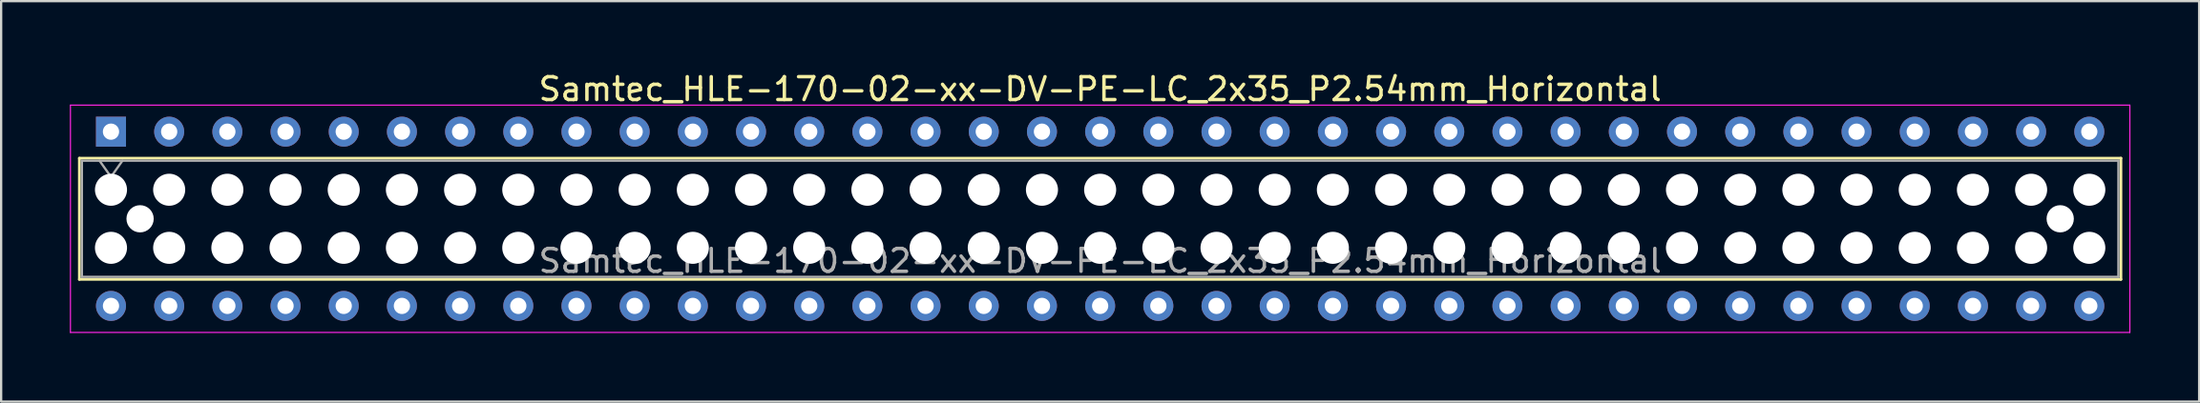
<source format=kicad_pcb>
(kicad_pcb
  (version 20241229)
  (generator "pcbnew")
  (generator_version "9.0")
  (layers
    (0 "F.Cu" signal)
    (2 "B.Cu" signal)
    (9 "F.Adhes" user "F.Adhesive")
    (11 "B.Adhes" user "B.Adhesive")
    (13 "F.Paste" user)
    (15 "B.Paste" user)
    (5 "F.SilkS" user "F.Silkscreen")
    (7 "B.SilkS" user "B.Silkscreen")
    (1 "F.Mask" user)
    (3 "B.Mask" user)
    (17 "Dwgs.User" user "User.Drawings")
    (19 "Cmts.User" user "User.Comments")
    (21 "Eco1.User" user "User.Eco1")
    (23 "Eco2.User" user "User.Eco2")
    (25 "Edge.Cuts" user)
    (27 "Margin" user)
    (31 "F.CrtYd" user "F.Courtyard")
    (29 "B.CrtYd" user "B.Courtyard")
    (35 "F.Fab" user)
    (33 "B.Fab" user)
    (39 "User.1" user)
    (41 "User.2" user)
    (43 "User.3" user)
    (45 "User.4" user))
  (footprint "Samtec_HLE-170-02-xx-DV-PE-LC_2x35_P2.54mm_Horizontal"
    (layer "F.Cu")
    (at 1.795 2.708)
    (property "Reference" "Samtec_HLE-170-02-xx-DV-PE-LC_2x35_P2.54mm_Horizontal" (at 43.18 -1.86 0) (layer "F.SilkS") (effects (font (size 1 1) (thickness 0.15))))
    (attr through_hole)
    (fp_line (start -1.38 1.16) (end 87.74 1.16) (stroke (width 0.12) (type solid)) (layer "F.SilkS"))
    (fp_line (start -1.38 6.46) (end -1.38 1.16) (stroke (width 0.12) (type solid)) (layer "F.SilkS"))
    (fp_line (start 87.74 1.16) (end 87.74 6.46) (stroke (width 0.12) (type solid)) (layer "F.SilkS"))
    (fp_line (start 87.74 6.46) (end -1.38 6.46) (stroke (width 0.12) (type solid)) (layer "F.SilkS"))
    (fp_line (start -1.77 -1.16) (end 88.13 -1.16) (stroke (width 0.05) (type solid)) (layer "F.CrtYd"))
    (fp_line (start -1.77 8.78) (end -1.77 -1.16) (stroke (width 0.05) (type solid)) (layer "F.CrtYd"))
    (fp_line (start 88.13 -1.16) (end 88.13 8.78) (stroke (width 0.05) (type solid)) (layer "F.CrtYd"))
    (fp_line (start 88.13 8.78) (end -1.77 8.78) (stroke (width 0.05) (type solid)) (layer "F.CrtYd"))
    (fp_line (start -1.27 1.27) (end 87.63 1.27) (stroke (width 0.1) (type solid)) (layer "F.Fab"))
    (fp_line (start -1.27 6.35) (end -1.27 1.27) (stroke (width 0.1) (type solid)) (layer "F.Fab"))
    (fp_line (start -0.5 1.27) (end 0 1.977) (stroke (width 0.1) (type solid)) (layer "F.Fab"))
    (fp_line (start 0 1.977) (end 0.5 1.27) (stroke (width 0.1) (type solid)) (layer "F.Fab"))
    (fp_line (start 87.63 1.27) (end 87.63 6.35) (stroke (width 0.1) (type solid)) (layer "F.Fab"))
    (fp_line (start 87.63 6.35) (end -1.27 6.35) (stroke (width 0.1) (type solid)) (layer "F.Fab"))
    (fp_text user "${REFERENCE}" (at 43.18 5.65 0) (layer "F.Fab") (effects (font (size 1 1) (thickness 0.15))))
    (pad "" np_thru_hole circle (at 0 2.54) (size 1.4 1.4) (drill 1.4) (layers "*.Cu" "*.Mask"))
    (pad "" np_thru_hole circle (at 0 5.08) (size 1.4 1.4) (drill 1.4) (layers "*.Cu" "*.Mask"))
    (pad "" np_thru_hole circle (at 1.27 3.81) (size 1.19 1.19) (drill 1.19) (layers "*.Cu" "*.Mask"))
    (pad "" np_thru_hole circle (at 2.54 2.54) (size 1.4 1.4) (drill 1.4) (layers "*.Cu" "*.Mask"))
    (pad "" np_thru_hole circle (at 2.54 5.08) (size 1.4 1.4) (drill 1.4) (layers "*.Cu" "*.Mask"))
    (pad "" np_thru_hole circle (at 5.08 2.54) (size 1.4 1.4) (drill 1.4) (layers "*.Cu" "*.Mask"))
    (pad "" np_thru_hole circle (at 5.08 5.08) (size 1.4 1.4) (drill 1.4) (layers "*.Cu" "*.Mask"))
    (pad "" np_thru_hole circle (at 7.62 2.54) (size 1.4 1.4) (drill 1.4) (layers "*.Cu" "*.Mask"))
    (pad "" np_thru_hole circle (at 7.62 5.08) (size 1.4 1.4) (drill 1.4) (layers "*.Cu" "*.Mask"))
    (pad "" np_thru_hole circle (at 10.16 2.54) (size 1.4 1.4) (drill 1.4) (layers "*.Cu" "*.Mask"))
    (pad "" np_thru_hole circle (at 10.16 5.08) (size 1.4 1.4) (drill 1.4) (layers "*.Cu" "*.Mask"))
    (pad "" np_thru_hole circle (at 12.7 2.54) (size 1.4 1.4) (drill 1.4) (layers "*.Cu" "*.Mask"))
    (pad "" np_thru_hole circle (at 12.7 5.08) (size 1.4 1.4) (drill 1.4) (layers "*.Cu" "*.Mask"))
    (pad "" np_thru_hole circle (at 15.24 2.54) (size 1.4 1.4) (drill 1.4) (layers "*.Cu" "*.Mask"))
    (pad "" np_thru_hole circle (at 15.24 5.08) (size 1.4 1.4) (drill 1.4) (layers "*.Cu" "*.Mask"))
    (pad "" np_thru_hole circle (at 17.78 2.54) (size 1.4 1.4) (drill 1.4) (layers "*.Cu" "*.Mask"))
    (pad "" np_thru_hole circle (at 17.78 5.08) (size 1.4 1.4) (drill 1.4) (layers "*.Cu" "*.Mask"))
    (pad "" np_thru_hole circle (at 20.32 2.54) (size 1.4 1.4) (drill 1.4) (layers "*.Cu" "*.Mask"))
    (pad "" np_thru_hole circle (at 20.32 5.08) (size 1.4 1.4) (drill 1.4) (layers "*.Cu" "*.Mask"))
    (pad "" np_thru_hole circle (at 22.86 2.54) (size 1.4 1.4) (drill 1.4) (layers "*.Cu" "*.Mask"))
    (pad "" np_thru_hole circle (at 22.86 5.08) (size 1.4 1.4) (drill 1.4) (layers "*.Cu" "*.Mask"))
    (pad "" np_thru_hole circle (at 25.4 2.54) (size 1.4 1.4) (drill 1.4) (layers "*.Cu" "*.Mask"))
    (pad "" np_thru_hole circle (at 25.4 5.08) (size 1.4 1.4) (drill 1.4) (layers "*.Cu" "*.Mask"))
    (pad "" np_thru_hole circle (at 27.94 2.54) (size 1.4 1.4) (drill 1.4) (layers "*.Cu" "*.Mask"))
    (pad "" np_thru_hole circle (at 27.94 5.08) (size 1.4 1.4) (drill 1.4) (layers "*.Cu" "*.Mask"))
    (pad "" np_thru_hole circle (at 30.48 2.54) (size 1.4 1.4) (drill 1.4) (layers "*.Cu" "*.Mask"))
    (pad "" np_thru_hole circle (at 30.48 5.08) (size 1.4 1.4) (drill 1.4) (layers "*.Cu" "*.Mask"))
    (pad "" np_thru_hole circle (at 33.02 2.54) (size 1.4 1.4) (drill 1.4) (layers "*.Cu" "*.Mask"))
    (pad "" np_thru_hole circle (at 33.02 5.08) (size 1.4 1.4) (drill 1.4) (layers "*.Cu" "*.Mask"))
    (pad "" np_thru_hole circle (at 35.56 2.54) (size 1.4 1.4) (drill 1.4) (layers "*.Cu" "*.Mask"))
    (pad "" np_thru_hole circle (at 35.56 5.08) (size 1.4 1.4) (drill 1.4) (layers "*.Cu" "*.Mask"))
    (pad "" np_thru_hole circle (at 38.1 2.54) (size 1.4 1.4) (drill 1.4) (layers "*.Cu" "*.Mask"))
    (pad "" np_thru_hole circle (at 38.1 5.08) (size 1.4 1.4) (drill 1.4) (layers "*.Cu" "*.Mask"))
    (pad "" np_thru_hole circle (at 40.64 2.54) (size 1.4 1.4) (drill 1.4) (layers "*.Cu" "*.Mask"))
    (pad "" np_thru_hole circle (at 40.64 5.08) (size 1.4 1.4) (drill 1.4) (layers "*.Cu" "*.Mask"))
    (pad "" np_thru_hole circle (at 43.18 2.54) (size 1.4 1.4) (drill 1.4) (layers "*.Cu" "*.Mask"))
    (pad "" np_thru_hole circle (at 43.18 5.08) (size 1.4 1.4) (drill 1.4) (layers "*.Cu" "*.Mask"))
    (pad "" np_thru_hole circle (at 45.72 2.54) (size 1.4 1.4) (drill 1.4) (layers "*.Cu" "*.Mask"))
    (pad "" np_thru_hole circle (at 45.72 5.08) (size 1.4 1.4) (drill 1.4) (layers "*.Cu" "*.Mask"))
    (pad "" np_thru_hole circle (at 48.26 2.54) (size 1.4 1.4) (drill 1.4) (layers "*.Cu" "*.Mask"))
    (pad "" np_thru_hole circle (at 48.26 5.08) (size 1.4 1.4) (drill 1.4) (layers "*.Cu" "*.Mask"))
    (pad "" np_thru_hole circle (at 50.8 2.54) (size 1.4 1.4) (drill 1.4) (layers "*.Cu" "*.Mask"))
    (pad "" np_thru_hole circle (at 50.8 5.08) (size 1.4 1.4) (drill 1.4) (layers "*.Cu" "*.Mask"))
    (pad "" np_thru_hole circle (at 53.34 2.54) (size 1.4 1.4) (drill 1.4) (layers "*.Cu" "*.Mask"))
    (pad "" np_thru_hole circle (at 53.34 5.08) (size 1.4 1.4) (drill 1.4) (layers "*.Cu" "*.Mask"))
    (pad "" np_thru_hole circle (at 55.88 2.54) (size 1.4 1.4) (drill 1.4) (layers "*.Cu" "*.Mask"))
    (pad "" np_thru_hole circle (at 55.88 5.08) (size 1.4 1.4) (drill 1.4) (layers "*.Cu" "*.Mask"))
    (pad "" np_thru_hole circle (at 58.42 2.54) (size 1.4 1.4) (drill 1.4) (layers "*.Cu" "*.Mask"))
    (pad "" np_thru_hole circle (at 58.42 5.08) (size 1.4 1.4) (drill 1.4) (layers "*.Cu" "*.Mask"))
    (pad "" np_thru_hole circle (at 60.96 2.54) (size 1.4 1.4) (drill 1.4) (layers "*.Cu" "*.Mask"))
    (pad "" np_thru_hole circle (at 60.96 5.08) (size 1.4 1.4) (drill 1.4) (layers "*.Cu" "*.Mask"))
    (pad "" np_thru_hole circle (at 63.5 2.54) (size 1.4 1.4) (drill 1.4) (layers "*.Cu" "*.Mask"))
    (pad "" np_thru_hole circle (at 63.5 5.08) (size 1.4 1.4) (drill 1.4) (layers "*.Cu" "*.Mask"))
    (pad "" np_thru_hole circle (at 66.04 2.54) (size 1.4 1.4) (drill 1.4) (layers "*.Cu" "*.Mask"))
    (pad "" np_thru_hole circle (at 66.04 5.08) (size 1.4 1.4) (drill 1.4) (layers "*.Cu" "*.Mask"))
    (pad "" np_thru_hole circle (at 68.58 2.54) (size 1.4 1.4) (drill 1.4) (layers "*.Cu" "*.Mask"))
    (pad "" np_thru_hole circle (at 68.58 5.08) (size 1.4 1.4) (drill 1.4) (layers "*.Cu" "*.Mask"))
    (pad "" np_thru_hole circle (at 71.12 2.54) (size 1.4 1.4) (drill 1.4) (layers "*.Cu" "*.Mask"))
    (pad "" np_thru_hole circle (at 71.12 5.08) (size 1.4 1.4) (drill 1.4) (layers "*.Cu" "*.Mask"))
    (pad "" np_thru_hole circle (at 73.66 2.54) (size 1.4 1.4) (drill 1.4) (layers "*.Cu" "*.Mask"))
    (pad "" np_thru_hole circle (at 73.66 5.08) (size 1.4 1.4) (drill 1.4) (layers "*.Cu" "*.Mask"))
    (pad "" np_thru_hole circle (at 76.2 2.54) (size 1.4 1.4) (drill 1.4) (layers "*.Cu" "*.Mask"))
    (pad "" np_thru_hole circle (at 76.2 5.08) (size 1.4 1.4) (drill 1.4) (layers "*.Cu" "*.Mask"))
    (pad "" np_thru_hole circle (at 78.74 2.54) (size 1.4 1.4) (drill 1.4) (layers "*.Cu" "*.Mask"))
    (pad "" np_thru_hole circle (at 78.74 5.08) (size 1.4 1.4) (drill 1.4) (layers "*.Cu" "*.Mask"))
    (pad "" np_thru_hole circle (at 81.28 2.54) (size 1.4 1.4) (drill 1.4) (layers "*.Cu" "*.Mask"))
    (pad "" np_thru_hole circle (at 81.28 5.08) (size 1.4 1.4) (drill 1.4) (layers "*.Cu" "*.Mask"))
    (pad "" np_thru_hole circle (at 83.82 2.54) (size 1.4 1.4) (drill 1.4) (layers "*.Cu" "*.Mask"))
    (pad "" np_thru_hole circle (at 83.82 5.08) (size 1.4 1.4) (drill 1.4) (layers "*.Cu" "*.Mask"))
    (pad "" np_thru_hole circle (at 85.09 3.81) (size 1.19 1.19) (drill 1.19) (layers "*.Cu" "*.Mask"))
    (pad "" np_thru_hole circle (at 86.36 2.54) (size 1.4 1.4) (drill 1.4) (layers "*.Cu" "*.Mask"))
    (pad "" np_thru_hole circle (at 86.36 5.08) (size 1.4 1.4) (drill 1.4) (layers "*.Cu" "*.Mask"))
    (pad "1" thru_hole rect (at 0 0) (size 1.31 1.31) (drill 0.71) (layers "*.Cu" "*.Mask"))
    (pad "2" thru_hole circle (at 0 7.62) (size 1.31 1.31) (drill 0.71) (layers "*.Cu" "*.Mask"))
    (pad "3" thru_hole circle (at 2.54 0) (size 1.31 1.31) (drill 0.71) (layers "*.Cu" "*.Mask"))
    (pad "4" thru_hole circle (at 2.54 7.62) (size 1.31 1.31) (drill 0.71) (layers "*.Cu" "*.Mask"))
    (pad "5" thru_hole circle (at 5.08 0) (size 1.31 1.31) (drill 0.71) (layers "*.Cu" "*.Mask"))
    (pad "6" thru_hole circle (at 5.08 7.62) (size 1.31 1.31) (drill 0.71) (layers "*.Cu" "*.Mask"))
    (pad "7" thru_hole circle (at 7.62 0) (size 1.31 1.31) (drill 0.71) (layers "*.Cu" "*.Mask"))
    (pad "8" thru_hole circle (at 7.62 7.62) (size 1.31 1.31) (drill 0.71) (layers "*.Cu" "*.Mask"))
    (pad "9" thru_hole circle (at 10.16 0) (size 1.31 1.31) (drill 0.71) (layers "*.Cu" "*.Mask"))
    (pad "10" thru_hole circle (at 10.16 7.62) (size 1.31 1.31) (drill 0.71) (layers "*.Cu" "*.Mask"))
    (pad "11" thru_hole circle (at 12.7 0) (size 1.31 1.31) (drill 0.71) (layers "*.Cu" "*.Mask"))
    (pad "12" thru_hole circle (at 12.7 7.62) (size 1.31 1.31) (drill 0.71) (layers "*.Cu" "*.Mask"))
    (pad "13" thru_hole circle (at 15.24 0) (size 1.31 1.31) (drill 0.71) (layers "*.Cu" "*.Mask"))
    (pad "14" thru_hole circle (at 15.24 7.62) (size 1.31 1.31) (drill 0.71) (layers "*.Cu" "*.Mask"))
    (pad "15" thru_hole circle (at 17.78 0) (size 1.31 1.31) (drill 0.71) (layers "*.Cu" "*.Mask"))
    (pad "16" thru_hole circle (at 17.78 7.62) (size 1.31 1.31) (drill 0.71) (layers "*.Cu" "*.Mask"))
    (pad "17" thru_hole circle (at 20.32 0) (size 1.31 1.31) (drill 0.71) (layers "*.Cu" "*.Mask"))
    (pad "18" thru_hole circle (at 20.32 7.62) (size 1.31 1.31) (drill 0.71) (layers "*.Cu" "*.Mask"))
    (pad "19" thru_hole circle (at 22.86 0) (size 1.31 1.31) (drill 0.71) (layers "*.Cu" "*.Mask"))
    (pad "20" thru_hole circle (at 22.86 7.62) (size 1.31 1.31) (drill 0.71) (layers "*.Cu" "*.Mask"))
    (pad "21" thru_hole circle (at 25.4 0) (size 1.31 1.31) (drill 0.71) (layers "*.Cu" "*.Mask"))
    (pad "22" thru_hole circle (at 25.4 7.62) (size 1.31 1.31) (drill 0.71) (layers "*.Cu" "*.Mask"))
    (pad "23" thru_hole circle (at 27.94 0) (size 1.31 1.31) (drill 0.71) (layers "*.Cu" "*.Mask"))
    (pad "24" thru_hole circle (at 27.94 7.62) (size 1.31 1.31) (drill 0.71) (layers "*.Cu" "*.Mask"))
    (pad "25" thru_hole circle (at 30.48 0) (size 1.31 1.31) (drill 0.71) (layers "*.Cu" "*.Mask"))
    (pad "26" thru_hole circle (at 30.48 7.62) (size 1.31 1.31) (drill 0.71) (layers "*.Cu" "*.Mask"))
    (pad "27" thru_hole circle (at 33.02 0) (size 1.31 1.31) (drill 0.71) (layers "*.Cu" "*.Mask"))
    (pad "28" thru_hole circle (at 33.02 7.62) (size 1.31 1.31) (drill 0.71) (layers "*.Cu" "*.Mask"))
    (pad "29" thru_hole circle (at 35.56 0) (size 1.31 1.31) (drill 0.71) (layers "*.Cu" "*.Mask"))
    (pad "30" thru_hole circle (at 35.56 7.62) (size 1.31 1.31) (drill 0.71) (layers "*.Cu" "*.Mask"))
    (pad "31" thru_hole circle (at 38.1 0) (size 1.31 1.31) (drill 0.71) (layers "*.Cu" "*.Mask"))
    (pad "32" thru_hole circle (at 38.1 7.62) (size 1.31 1.31) (drill 0.71) (layers "*.Cu" "*.Mask"))
    (pad "33" thru_hole circle (at 40.64 0) (size 1.31 1.31) (drill 0.71) (layers "*.Cu" "*.Mask"))
    (pad "34" thru_hole circle (at 40.64 7.62) (size 1.31 1.31) (drill 0.71) (layers "*.Cu" "*.Mask"))
    (pad "35" thru_hole circle (at 43.18 0) (size 1.31 1.31) (drill 0.71) (layers "*.Cu" "*.Mask"))
    (pad "36" thru_hole circle (at 43.18 7.62) (size 1.31 1.31) (drill 0.71) (layers "*.Cu" "*.Mask"))
    (pad "37" thru_hole circle (at 45.72 0) (size 1.31 1.31) (drill 0.71) (layers "*.Cu" "*.Mask"))
    (pad "38" thru_hole circle (at 45.72 7.62) (size 1.31 1.31) (drill 0.71) (layers "*.Cu" "*.Mask"))
    (pad "39" thru_hole circle (at 48.26 0) (size 1.31 1.31) (drill 0.71) (layers "*.Cu" "*.Mask"))
    (pad "40" thru_hole circle (at 48.26 7.62) (size 1.31 1.31) (drill 0.71) (layers "*.Cu" "*.Mask"))
    (pad "41" thru_hole circle (at 50.8 0) (size 1.31 1.31) (drill 0.71) (layers "*.Cu" "*.Mask"))
    (pad "42" thru_hole circle (at 50.8 7.62) (size 1.31 1.31) (drill 0.71) (layers "*.Cu" "*.Mask"))
    (pad "43" thru_hole circle (at 53.34 0) (size 1.31 1.31) (drill 0.71) (layers "*.Cu" "*.Mask"))
    (pad "44" thru_hole circle (at 53.34 7.62) (size 1.31 1.31) (drill 0.71) (layers "*.Cu" "*.Mask"))
    (pad "45" thru_hole circle (at 55.88 0) (size 1.31 1.31) (drill 0.71) (layers "*.Cu" "*.Mask"))
    (pad "46" thru_hole circle (at 55.88 7.62) (size 1.31 1.31) (drill 0.71) (layers "*.Cu" "*.Mask"))
    (pad "47" thru_hole circle (at 58.42 0) (size 1.31 1.31) (drill 0.71) (layers "*.Cu" "*.Mask"))
    (pad "48" thru_hole circle (at 58.42 7.62) (size 1.31 1.31) (drill 0.71) (layers "*.Cu" "*.Mask"))
    (pad "49" thru_hole circle (at 60.96 0) (size 1.31 1.31) (drill 0.71) (layers "*.Cu" "*.Mask"))
    (pad "50" thru_hole circle (at 60.96 7.62) (size 1.31 1.31) (drill 0.71) (layers "*.Cu" "*.Mask"))
    (pad "51" thru_hole circle (at 63.5 0) (size 1.31 1.31) (drill 0.71) (layers "*.Cu" "*.Mask"))
    (pad "52" thru_hole circle (at 63.5 7.62) (size 1.31 1.31) (drill 0.71) (layers "*.Cu" "*.Mask"))
    (pad "53" thru_hole circle (at 66.04 0) (size 1.31 1.31) (drill 0.71) (layers "*.Cu" "*.Mask"))
    (pad "54" thru_hole circle (at 66.04 7.62) (size 1.31 1.31) (drill 0.71) (layers "*.Cu" "*.Mask"))
    (pad "55" thru_hole circle (at 68.58 0) (size 1.31 1.31) (drill 0.71) (layers "*.Cu" "*.Mask"))
    (pad "56" thru_hole circle (at 68.58 7.62) (size 1.31 1.31) (drill 0.71) (layers "*.Cu" "*.Mask"))
    (pad "57" thru_hole circle (at 71.12 0) (size 1.31 1.31) (drill 0.71) (layers "*.Cu" "*.Mask"))
    (pad "58" thru_hole circle (at 71.12 7.62) (size 1.31 1.31) (drill 0.71) (layers "*.Cu" "*.Mask"))
    (pad "59" thru_hole circle (at 73.66 0) (size 1.31 1.31) (drill 0.71) (layers "*.Cu" "*.Mask"))
    (pad "60" thru_hole circle (at 73.66 7.62) (size 1.31 1.31) (drill 0.71) (layers "*.Cu" "*.Mask"))
    (pad "61" thru_hole circle (at 76.2 0) (size 1.31 1.31) (drill 0.71) (layers "*.Cu" "*.Mask"))
    (pad "62" thru_hole circle (at 76.2 7.62) (size 1.31 1.31) (drill 0.71) (layers "*.Cu" "*.Mask"))
    (pad "63" thru_hole circle (at 78.74 0) (size 1.31 1.31) (drill 0.71) (layers "*.Cu" "*.Mask"))
    (pad "64" thru_hole circle (at 78.74 7.62) (size 1.31 1.31) (drill 0.71) (layers "*.Cu" "*.Mask"))
    (pad "65" thru_hole circle (at 81.28 0) (size 1.31 1.31) (drill 0.71) (layers "*.Cu" "*.Mask"))
    (pad "66" thru_hole circle (at 81.28 7.62) (size 1.31 1.31) (drill 0.71) (layers "*.Cu" "*.Mask"))
    (pad "67" thru_hole circle (at 83.82 0) (size 1.31 1.31) (drill 0.71) (layers "*.Cu" "*.Mask"))
    (pad "68" thru_hole circle (at 83.82 7.62) (size 1.31 1.31) (drill 0.71) (layers "*.Cu" "*.Mask"))
    (pad "69" thru_hole circle (at 86.36 0) (size 1.31 1.31) (drill 0.71) (layers "*.Cu" "*.Mask"))
    (pad "70" thru_hole circle (at 86.36 7.62) (size 1.31 1.31) (drill 0.71) (layers "*.Cu" "*.Mask")))
  (gr_rect
    (start -3 -3)
    (end 92.95 14.513)
    (stroke (width 0.1) (type default))
    (fill no)
    (layer "Edge.Cuts")))
</source>
